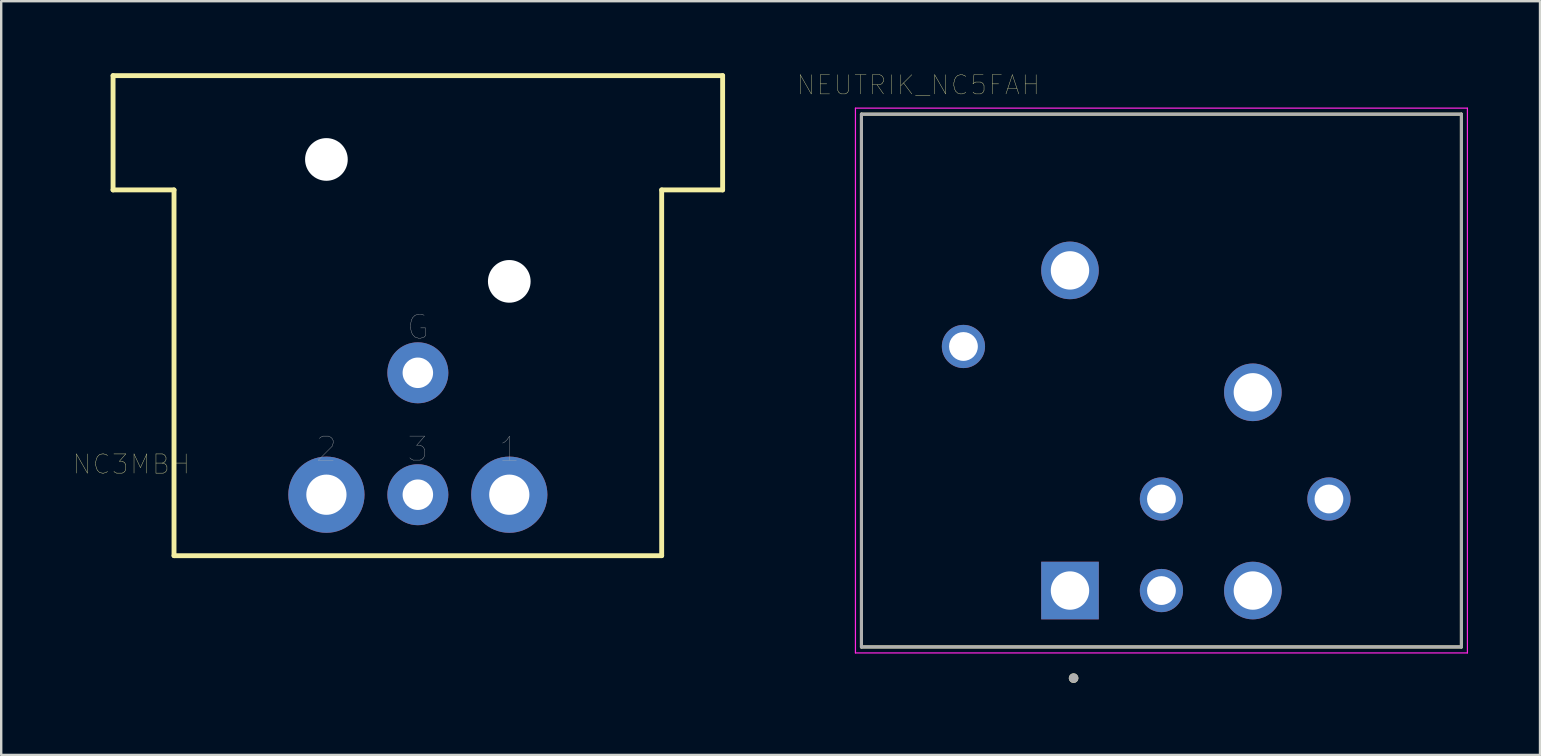
<source format=kicad_pcb>
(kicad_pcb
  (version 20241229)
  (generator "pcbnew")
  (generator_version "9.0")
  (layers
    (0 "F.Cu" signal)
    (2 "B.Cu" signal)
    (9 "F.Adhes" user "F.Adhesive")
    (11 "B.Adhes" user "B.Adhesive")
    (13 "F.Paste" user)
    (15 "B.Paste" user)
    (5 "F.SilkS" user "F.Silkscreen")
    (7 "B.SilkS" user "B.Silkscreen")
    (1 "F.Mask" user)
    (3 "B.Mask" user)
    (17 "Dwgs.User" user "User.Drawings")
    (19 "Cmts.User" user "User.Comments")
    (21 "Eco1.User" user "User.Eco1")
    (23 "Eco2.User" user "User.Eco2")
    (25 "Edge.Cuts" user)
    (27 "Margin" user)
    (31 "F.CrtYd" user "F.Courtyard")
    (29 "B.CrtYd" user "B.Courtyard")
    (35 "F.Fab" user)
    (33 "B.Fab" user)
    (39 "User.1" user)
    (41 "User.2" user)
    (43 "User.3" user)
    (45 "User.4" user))
  (footprint "NEUTRIK_NC5FAH"
    (layer "F.Cu")
    (at 45.345 4.407)
    (property "Reference" "NEUTRIK_NC5FAH" (at -10.135 -3.913 0) (layer "F.SilkS") (effects (font (size 0.8 0.8) (thickness 0.015))))
    (attr through_hole)
    (fp_line (start -12.5 -2.7) (end 12.5 -2.7) (stroke (width 0.127) (type solid)) (layer "F.SilkS"))
    (fp_line (start -12.5 19.5) (end -12.5 -2.7) (stroke (width 0.127) (type solid)) (layer "F.SilkS"))
    (fp_line (start 12.5 -2.7) (end 12.5 19.5) (stroke (width 0.127) (type solid)) (layer "F.SilkS"))
    (fp_line (start 12.5 19.5) (end -12.5 19.5) (stroke (width 0.127) (type solid)) (layer "F.SilkS"))
    (fp_circle (center -3.66 20.8) (end -3.56 20.8) (stroke (width 0.2) (type solid)) (fill no) (layer "F.SilkS"))
    (fp_line (start -12.75 -2.95) (end -12.75 19.75) (stroke (width 0.05) (type solid)) (layer "F.CrtYd"))
    (fp_line (start -12.75 19.75) (end 12.75 19.75) (stroke (width 0.05) (type solid)) (layer "F.CrtYd"))
    (fp_line (start 12.75 -2.95) (end -12.75 -2.95) (stroke (width 0.05) (type solid)) (layer "F.CrtYd"))
    (fp_line (start 12.75 19.75) (end 12.75 -2.95) (stroke (width 0.05) (type solid)) (layer "F.CrtYd"))
    (fp_line (start -12.5 -2.7) (end -12.5 19.5) (stroke (width 0.127) (type solid)) (layer "F.Fab"))
    (fp_line (start -12.5 19.5) (end 12.5 19.5) (stroke (width 0.127) (type solid)) (layer "F.Fab"))
    (fp_line (start 12.5 -2.7) (end -12.5 -2.7) (stroke (width 0.127) (type solid)) (layer "F.Fab"))
    (fp_line (start 12.5 19.5) (end 12.5 -2.7) (stroke (width 0.127) (type solid)) (layer "F.Fab"))
    (fp_circle (center -3.66 20.8) (end -3.56 20.8) (stroke (width 0.2) (type solid)) (fill no) (layer "F.Fab"))
    (pad "1" thru_hole rect (at -3.81 17.15) (size 2.4 2.4) (drill 1.6) (layers "*.Cu" "*.Mask"))
    (pad "2" thru_hole circle (at 0 13.335) (size 1.8 1.8) (drill 1.2) (layers "*.Cu" "*.Mask"))
    (pad "3" thru_hole circle (at 0 17.15) (size 1.8 1.8) (drill 1.2) (layers "*.Cu" "*.Mask"))
    (pad "4" thru_hole circle (at 6.98 13.335) (size 1.8 1.8) (drill 1.2) (layers "*.Cu" "*.Mask"))
    (pad "5" thru_hole circle (at 3.81 17.15) (size 2.4 2.4) (drill 1.6) (layers "*.Cu" "*.Mask"))
    (pad "6" thru_hole circle (at 3.81 8.89) (size 2.4 2.4) (drill 1.6) (layers "*.Cu" "*.Mask"))
    (pad "7" thru_hole circle (at -8.25 6.98) (size 1.8 1.8) (drill 1.2) (layers "*.Cu" "*.Mask"))
    (pad "8" thru_hole circle (at -3.81 3.81) (size 2.4 2.4) (drill 1.6) (layers "*.Cu" "*.Mask")))
  (footprint "NC3MBH"
    (layer "F.Cu")
    (at 14.361 12.484)
    (property "Reference" "NC3MBH" (at -11.941 3.811 180) (layer "F.SilkS") (effects (font (size 0.8 0.8) (thickness 0.015))))
    (attr through_hole)
    (fp_line (start -12.7 -12.383) (end 12.7 -12.383) (stroke (width 0.203) (type solid)) (layer "F.SilkS"))
    (fp_line (start -12.7 -7.62) (end -12.7 -12.383) (stroke (width 0.203) (type solid)) (layer "F.SilkS"))
    (fp_line (start -10.16 -7.62) (end -12.7 -7.62) (stroke (width 0.203) (type solid)) (layer "F.SilkS"))
    (fp_line (start -10.16 7.62) (end -10.16 -7.62) (stroke (width 0.203) (type solid)) (layer "F.SilkS"))
    (fp_line (start 10.16 -7.62) (end 10.16 7.62) (stroke (width 0.203) (type solid)) (layer "F.SilkS"))
    (fp_line (start 10.16 7.62) (end -10.16 7.62) (stroke (width 0.203) (type solid)) (layer "F.SilkS"))
    (fp_line (start 12.7 -12.383) (end 12.7 -7.62) (stroke (width 0.203) (type solid)) (layer "F.SilkS"))
    (fp_line (start 12.7 -7.62) (end 10.16 -7.62) (stroke (width 0.203) (type solid)) (layer "F.SilkS"))
    (fp_text user "1" (at 3.817 3.181 0) (layer "F.Fab") (effects (font (size 1.002 1.002) (thickness 0.015))))
    (fp_text user "G" (at 0 -1.905 0) (layer "F.Fab") (effects (font (size 1 1) (thickness 0.015))))
    (fp_text user "3" (at 0 3.176 0) (layer "F.Fab") (effects (font (size 1 1) (thickness 0.015))))
    (fp_text user "2" (at -3.814 3.178 0) (layer "F.Fab") (effects (font (size 1.001 1.001) (thickness 0.015))))
    (pad "" np_thru_hole circle (at -3.81 -8.89) (size 1.778 1.778) (drill 1.778) (layers "*.Cu" "*.Mask"))
    (pad "" np_thru_hole circle (at 3.81 -3.81) (size 1.778 1.778) (drill 1.778) (layers "*.Cu" "*.Mask"))
    (pad "1" thru_hole circle (at 3.81 5.08) (size 3.175 3.175) (drill 1.676) (layers "*.Cu" "*.Mask"))
    (pad "2" thru_hole circle (at -3.81 5.08) (size 3.175 3.175) (drill 1.676) (layers "*.Cu" "*.Mask"))
    (pad "3" thru_hole circle (at 0 5.08) (size 2.54 2.54) (drill 1.27) (layers "*.Cu" "*.Mask"))
    (pad "G" thru_hole circle (at 0 0) (size 2.54 2.54) (drill 1.27) (layers "*.Cu" "*.Mask")))
  (gr_rect
    (start -3 -3)
    (end 61.12 28.407)
    (stroke (width 0.1) (type default))
    (fill no)
    (layer "Edge.Cuts")))
</source>
